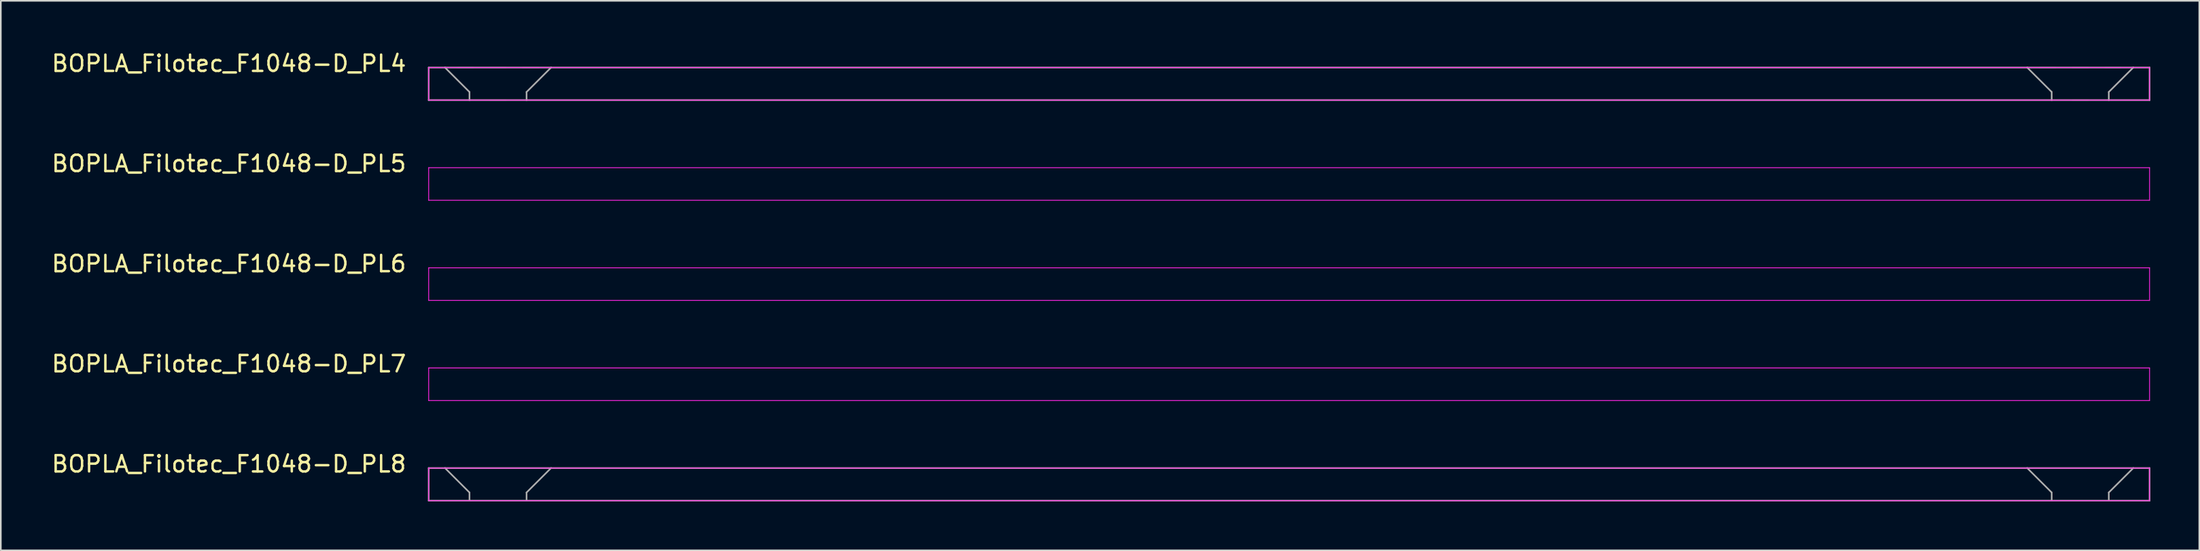
<source format=kicad_pcb>
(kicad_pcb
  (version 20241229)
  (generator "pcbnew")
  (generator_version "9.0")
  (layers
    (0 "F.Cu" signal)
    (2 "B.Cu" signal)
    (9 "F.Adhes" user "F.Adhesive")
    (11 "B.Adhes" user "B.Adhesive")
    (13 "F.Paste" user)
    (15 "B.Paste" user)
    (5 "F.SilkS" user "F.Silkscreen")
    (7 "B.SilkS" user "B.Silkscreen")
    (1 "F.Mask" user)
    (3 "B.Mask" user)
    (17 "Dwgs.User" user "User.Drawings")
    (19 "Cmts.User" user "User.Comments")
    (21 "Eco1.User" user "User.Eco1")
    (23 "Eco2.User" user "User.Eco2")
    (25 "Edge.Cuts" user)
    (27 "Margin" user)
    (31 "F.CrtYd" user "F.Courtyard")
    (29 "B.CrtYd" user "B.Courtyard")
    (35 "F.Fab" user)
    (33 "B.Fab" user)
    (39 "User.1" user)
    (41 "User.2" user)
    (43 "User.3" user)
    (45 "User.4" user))
  (footprint "BOPLA_Filotec_F1048-D_PL4"
    (layer "F.Cu")
    (at 75.982 2.098)
    (property "Reference" "BOPLA_Filotec_F1048-D_PL4" (at -65 -1.25 0) (layer "F.SilkS") (effects (font (size 1 1) (thickness 0.15))))
    (attr exclude_from_pos_files exclude_from_bom)
    (fp_line (start -52.75 -1) (end -52.75 1) (stroke (width 0.05) (type solid)) (layer "F.CrtYd"))
    (fp_line (start -52.75 1) (end 52.75 1) (stroke (width 0.05) (type solid)) (layer "F.CrtYd"))
    (fp_line (start 52.75 -1) (end -52.75 -1) (stroke (width 0.05) (type solid)) (layer "F.CrtYd"))
    (fp_line (start 52.75 1) (end 52.75 -1) (stroke (width 0.05) (type solid)) (layer "F.CrtYd"))
    (fp_line (start -52.75 -1) (end -51.75 -1) (stroke (width 0.1) (type solid)) (layer "F.Fab"))
    (fp_line (start -52.75 1) (end -52.75 -1) (stroke (width 0.1) (type solid)) (layer "F.Fab"))
    (fp_line (start -52.75 1) (end -50.25 1) (stroke (width 0.1) (type solid)) (layer "F.Fab"))
    (fp_line (start -51.75 -1) (end -45.25 -1) (stroke (width 0.1) (type solid)) (layer "F.Fab"))
    (fp_line (start -50.25 0.5) (end -51.75 -1) (stroke (width 0.1) (type solid)) (layer "F.Fab"))
    (fp_line (start -50.25 1) (end -50.25 0.5) (stroke (width 0.1) (type solid)) (layer "F.Fab"))
    (fp_line (start -50.25 1) (end -46.75 1) (stroke (width 0.1) (type solid)) (layer "F.Fab"))
    (fp_line (start -50 -1) (end -51 -1) (stroke (width 0.05) (type solid)) (layer "F.Fab"))
    (fp_line (start -49 -1) (end -48 -1) (stroke (width 0.05) (type solid)) (layer "F.Fab"))
    (fp_line (start -49 1) (end -48 1) (stroke (width 0.05) (type solid)) (layer "F.Fab"))
    (fp_line (start -47 -1) (end -46 -1) (stroke (width 0.05) (type solid)) (layer "F.Fab"))
    (fp_line (start -46.75 0.5) (end -45.25 -1) (stroke (width 0.1) (type solid)) (layer "F.Fab"))
    (fp_line (start -46.75 1) (end -46.75 0.5) (stroke (width 0.1) (type solid)) (layer "F.Fab"))
    (fp_line (start -46.75 1) (end 46.75 1) (stroke (width 0.1) (type solid)) (layer "F.Fab"))
    (fp_line (start -45.25 -1) (end 45.25 -1) (stroke (width 0.1) (type solid)) (layer "F.Fab"))
    (fp_line (start 45.25 -1) (end 51.75 -1) (stroke (width 0.1) (type solid)) (layer "F.Fab"))
    (fp_line (start 46.75 0.5) (end 45.25 -1) (stroke (width 0.1) (type solid)) (layer "F.Fab"))
    (fp_line (start 46.75 1) (end 46.75 0.5) (stroke (width 0.1) (type solid)) (layer "F.Fab"))
    (fp_line (start 46.75 1) (end 50.25 1) (stroke (width 0.1) (type solid)) (layer "F.Fab"))
    (fp_line (start 47 -1) (end 46 -1) (stroke (width 0.05) (type solid)) (layer "F.Fab"))
    (fp_line (start 48 -1) (end 49 -1) (stroke (width 0.05) (type solid)) (layer "F.Fab"))
    (fp_line (start 48 1) (end 49 1) (stroke (width 0.05) (type solid)) (layer "F.Fab"))
    (fp_line (start 50 -1) (end 51 -1) (stroke (width 0.05) (type solid)) (layer "F.Fab"))
    (fp_line (start 50.25 0.5) (end 51.75 -1) (stroke (width 0.1) (type solid)) (layer "F.Fab"))
    (fp_line (start 50.25 1) (end 50.25 0.5) (stroke (width 0.1) (type solid)) (layer "F.Fab"))
    (fp_line (start 50.25 1) (end 52.75 1) (stroke (width 0.1) (type solid)) (layer "F.Fab"))
    (fp_line (start 51.75 -1) (end 52.75 -1) (stroke (width 0.1) (type solid)) (layer "F.Fab"))
    (fp_line (start 52.75 -1) (end 52.75 1) (stroke (width 0.1) (type solid)) (layer "F.Fab")))
  (footprint "BOPLA_Filotec_F1048-D_PL5"
    (layer "F.Cu")
    (at 75.982 8.246)
    (property "Reference" "BOPLA_Filotec_F1048-D_PL5" (at -65 -1.25 0) (layer "F.SilkS") (effects (font (size 1 1) (thickness 0.15))))
    (attr exclude_from_pos_files exclude_from_bom)
    (fp_line (start -52.75 -1) (end -51.75 -1) (stroke (width 0.1) (type solid)) (layer "Eco1.User"))
    (fp_line (start -52.75 1) (end -52.75 -1) (stroke (width 0.1) (type solid)) (layer "Eco1.User"))
    (fp_line (start -52.75 1) (end -50.25 1) (stroke (width 0.1) (type solid)) (layer "Eco1.User"))
    (fp_line (start -51.75 -1) (end -45.25 -1) (stroke (width 0.1) (type solid)) (layer "Eco1.User"))
    (fp_line (start -50.25 0.5) (end -51.75 -1) (stroke (width 0.1) (type solid)) (layer "Eco1.User"))
    (fp_line (start -50.25 1) (end -50.25 0.5) (stroke (width 0.1) (type solid)) (layer "Eco1.User"))
    (fp_line (start -50.25 1) (end -46.75 1) (stroke (width 0.1) (type solid)) (layer "Eco1.User"))
    (fp_line (start -46.75 0.5) (end -45.25 -1) (stroke (width 0.1) (type solid)) (layer "Eco1.User"))
    (fp_line (start -46.75 1) (end -46.75 0.5) (stroke (width 0.1) (type solid)) (layer "Eco1.User"))
    (fp_line (start -46.75 1) (end 46.75 1) (stroke (width 0.1) (type solid)) (layer "Eco1.User"))
    (fp_line (start -45.25 -1) (end 45.25 -1) (stroke (width 0.1) (type solid)) (layer "Eco1.User"))
    (fp_line (start 45.25 -1) (end 51.75 -1) (stroke (width 0.1) (type solid)) (layer "Eco1.User"))
    (fp_line (start 46.75 0.5) (end 45.25 -1) (stroke (width 0.1) (type solid)) (layer "Eco1.User"))
    (fp_line (start 46.75 1) (end 46.75 0.5) (stroke (width 0.1) (type solid)) (layer "Eco1.User"))
    (fp_line (start 46.75 1) (end 50.25 1) (stroke (width 0.1) (type solid)) (layer "Eco1.User"))
    (fp_line (start 50.25 0.5) (end 51.75 -1) (stroke (width 0.1) (type solid)) (layer "Eco1.User"))
    (fp_line (start 50.25 1) (end 50.25 0.5) (stroke (width 0.1) (type solid)) (layer "Eco1.User"))
    (fp_line (start 50.25 1) (end 52.75 1) (stroke (width 0.1) (type solid)) (layer "Eco1.User"))
    (fp_line (start 51.75 -1) (end 52.75 -1) (stroke (width 0.1) (type solid)) (layer "Eco1.User"))
    (fp_line (start 52.75 -1) (end 52.75 1) (stroke (width 0.1) (type solid)) (layer "Eco1.User"))
    (fp_line (start -52.75 -1) (end -52.75 1) (stroke (width 0.05) (type solid)) (layer "F.CrtYd"))
    (fp_line (start -52.75 1) (end 52.75 1) (stroke (width 0.05) (type solid)) (layer "F.CrtYd"))
    (fp_line (start 52.75 -1) (end -52.75 -1) (stroke (width 0.05) (type solid)) (layer "F.CrtYd"))
    (fp_line (start 52.75 1) (end 52.75 -1) (stroke (width 0.05) (type solid)) (layer "F.CrtYd")))
  (footprint "BOPLA_Filotec_F1048-D_PL8"
    (layer "F.Cu")
    (at 75.982 26.691)
    (property "Reference" "BOPLA_Filotec_F1048-D_PL8" (at -65 -1.25 0) (layer "F.SilkS") (effects (font (size 1 1) (thickness 0.15))))
    (attr exclude_from_pos_files exclude_from_bom)
    (fp_line (start -52.75 -1) (end -52.75 1) (stroke (width 0.05) (type solid)) (layer "F.CrtYd"))
    (fp_line (start -52.75 1) (end 52.75 1) (stroke (width 0.05) (type solid)) (layer "F.CrtYd"))
    (fp_line (start 52.75 -1) (end -52.75 -1) (stroke (width 0.05) (type solid)) (layer "F.CrtYd"))
    (fp_line (start 52.75 1) (end 52.75 -1) (stroke (width 0.05) (type solid)) (layer "F.CrtYd"))
    (fp_line (start -52.75 -1) (end -51.75 -1) (stroke (width 0.1) (type solid)) (layer "F.Fab"))
    (fp_line (start -52.75 1) (end -52.75 -1) (stroke (width 0.1) (type solid)) (layer "F.Fab"))
    (fp_line (start -52.75 1) (end -50.25 1) (stroke (width 0.1) (type solid)) (layer "F.Fab"))
    (fp_line (start -51.75 -1) (end -45.25 -1) (stroke (width 0.1) (type solid)) (layer "F.Fab"))
    (fp_line (start -50.25 0.5) (end -51.75 -1) (stroke (width 0.1) (type solid)) (layer "F.Fab"))
    (fp_line (start -50.25 1) (end -50.25 0.5) (stroke (width 0.1) (type solid)) (layer "F.Fab"))
    (fp_line (start -50.25 1) (end -46.75 1) (stroke (width 0.1) (type solid)) (layer "F.Fab"))
    (fp_line (start -50 -1) (end -51 -1) (stroke (width 0.05) (type solid)) (layer "F.Fab"))
    (fp_line (start -49 -1) (end -48 -1) (stroke (width 0.05) (type solid)) (layer "F.Fab"))
    (fp_line (start -49 1) (end -48 1) (stroke (width 0.05) (type solid)) (layer "F.Fab"))
    (fp_line (start -47 -1) (end -46 -1) (stroke (width 0.05) (type solid)) (layer "F.Fab"))
    (fp_line (start -46.75 0.5) (end -45.25 -1) (stroke (width 0.1) (type solid)) (layer "F.Fab"))
    (fp_line (start -46.75 1) (end -46.75 0.5) (stroke (width 0.1) (type solid)) (layer "F.Fab"))
    (fp_line (start -46.75 1) (end 46.75 1) (stroke (width 0.1) (type solid)) (layer "F.Fab"))
    (fp_line (start -45.25 -1) (end 45.25 -1) (stroke (width 0.1) (type solid)) (layer "F.Fab"))
    (fp_line (start 45.25 -1) (end 51.75 -1) (stroke (width 0.1) (type solid)) (layer "F.Fab"))
    (fp_line (start 46.75 0.5) (end 45.25 -1) (stroke (width 0.1) (type solid)) (layer "F.Fab"))
    (fp_line (start 46.75 1) (end 46.75 0.5) (stroke (width 0.1) (type solid)) (layer "F.Fab"))
    (fp_line (start 46.75 1) (end 50.25 1) (stroke (width 0.1) (type solid)) (layer "F.Fab"))
    (fp_line (start 47 -1) (end 46 -1) (stroke (width 0.05) (type solid)) (layer "F.Fab"))
    (fp_line (start 48 -1) (end 49 -1) (stroke (width 0.05) (type solid)) (layer "F.Fab"))
    (fp_line (start 48 1) (end 49 1) (stroke (width 0.05) (type solid)) (layer "F.Fab"))
    (fp_line (start 50 -1) (end 51 -1) (stroke (width 0.05) (type solid)) (layer "F.Fab"))
    (fp_line (start 50.25 0.5) (end 51.75 -1) (stroke (width 0.1) (type solid)) (layer "F.Fab"))
    (fp_line (start 50.25 1) (end 50.25 0.5) (stroke (width 0.1) (type solid)) (layer "F.Fab"))
    (fp_line (start 50.25 1) (end 52.75 1) (stroke (width 0.1) (type solid)) (layer "F.Fab"))
    (fp_line (start 51.75 -1) (end 52.75 -1) (stroke (width 0.1) (type solid)) (layer "F.Fab"))
    (fp_line (start 52.75 -1) (end 52.75 1) (stroke (width 0.1) (type solid)) (layer "F.Fab")))
  (footprint "BOPLA_Filotec_F1048-D_PL7"
    (layer "F.Cu")
    (at 75.982 20.543)
    (property "Reference" "BOPLA_Filotec_F1048-D_PL7" (at -65 -1.25 0) (layer "F.SilkS") (effects (font (size 1 1) (thickness 0.15))))
    (attr exclude_from_pos_files exclude_from_bom)
    (fp_line (start -52.75 -1) (end -51.75 -1) (stroke (width 0.1) (type solid)) (layer "Eco1.User"))
    (fp_line (start -52.75 1) (end -52.75 -1) (stroke (width 0.1) (type solid)) (layer "Eco1.User"))
    (fp_line (start -52.75 1) (end -50.25 1) (stroke (width 0.1) (type solid)) (layer "Eco1.User"))
    (fp_line (start -51.75 -1) (end -45.25 -1) (stroke (width 0.1) (type solid)) (layer "Eco1.User"))
    (fp_line (start -50.25 0.5) (end -51.75 -1) (stroke (width 0.1) (type solid)) (layer "Eco1.User"))
    (fp_line (start -50.25 1) (end -50.25 0.5) (stroke (width 0.1) (type solid)) (layer "Eco1.User"))
    (fp_line (start -50.25 1) (end -46.75 1) (stroke (width 0.1) (type solid)) (layer "Eco1.User"))
    (fp_line (start -46.75 0.5) (end -45.25 -1) (stroke (width 0.1) (type solid)) (layer "Eco1.User"))
    (fp_line (start -46.75 1) (end -46.75 0.5) (stroke (width 0.1) (type solid)) (layer "Eco1.User"))
    (fp_line (start -46.75 1) (end 46.75 1) (stroke (width 0.1) (type solid)) (layer "Eco1.User"))
    (fp_line (start -45.25 -1) (end 45.25 -1) (stroke (width 0.1) (type solid)) (layer "Eco1.User"))
    (fp_line (start 45.25 -1) (end 51.75 -1) (stroke (width 0.1) (type solid)) (layer "Eco1.User"))
    (fp_line (start 46.75 0.5) (end 45.25 -1) (stroke (width 0.1) (type solid)) (layer "Eco1.User"))
    (fp_line (start 46.75 1) (end 46.75 0.5) (stroke (width 0.1) (type solid)) (layer "Eco1.User"))
    (fp_line (start 46.75 1) (end 50.25 1) (stroke (width 0.1) (type solid)) (layer "Eco1.User"))
    (fp_line (start 50.25 0.5) (end 51.75 -1) (stroke (width 0.1) (type solid)) (layer "Eco1.User"))
    (fp_line (start 50.25 1) (end 50.25 0.5) (stroke (width 0.1) (type solid)) (layer "Eco1.User"))
    (fp_line (start 50.25 1) (end 52.75 1) (stroke (width 0.1) (type solid)) (layer "Eco1.User"))
    (fp_line (start 51.75 -1) (end 52.75 -1) (stroke (width 0.1) (type solid)) (layer "Eco1.User"))
    (fp_line (start 52.75 -1) (end 52.75 1) (stroke (width 0.1) (type solid)) (layer "Eco1.User"))
    (fp_line (start -52.75 -1) (end -52.75 1) (stroke (width 0.05) (type solid)) (layer "F.CrtYd"))
    (fp_line (start -52.75 1) (end 52.75 1) (stroke (width 0.05) (type solid)) (layer "F.CrtYd"))
    (fp_line (start 52.75 -1) (end -52.75 -1) (stroke (width 0.05) (type solid)) (layer "F.CrtYd"))
    (fp_line (start 52.75 1) (end 52.75 -1) (stroke (width 0.05) (type solid)) (layer "F.CrtYd")))
  (footprint "BOPLA_Filotec_F1048-D_PL6"
    (layer "F.Cu")
    (at 75.982 14.395)
    (property "Reference" "BOPLA_Filotec_F1048-D_PL6" (at -65 -1.25 0) (layer "F.SilkS") (effects (font (size 1 1) (thickness 0.15))))
    (attr exclude_from_pos_files exclude_from_bom)
    (fp_line (start -52.75 -1) (end -51.75 -1) (stroke (width 0.1) (type solid)) (layer "Eco1.User"))
    (fp_line (start -52.75 1) (end -52.75 -1) (stroke (width 0.1) (type solid)) (layer "Eco1.User"))
    (fp_line (start -52.75 1) (end -50.25 1) (stroke (width 0.1) (type solid)) (layer "Eco1.User"))
    (fp_line (start -51.75 -1) (end -45.25 -1) (stroke (width 0.1) (type solid)) (layer "Eco1.User"))
    (fp_line (start -50.25 0.5) (end -51.75 -1) (stroke (width 0.1) (type solid)) (layer "Eco1.User"))
    (fp_line (start -50.25 1) (end -50.25 0.5) (stroke (width 0.1) (type solid)) (layer "Eco1.User"))
    (fp_line (start -50.25 1) (end -46.75 1) (stroke (width 0.1) (type solid)) (layer "Eco1.User"))
    (fp_line (start -46.75 0.5) (end -45.25 -1) (stroke (width 0.1) (type solid)) (layer "Eco1.User"))
    (fp_line (start -46.75 1) (end -46.75 0.5) (stroke (width 0.1) (type solid)) (layer "Eco1.User"))
    (fp_line (start -46.75 1) (end 46.75 1) (stroke (width 0.1) (type solid)) (layer "Eco1.User"))
    (fp_line (start -45.25 -1) (end 45.25 -1) (stroke (width 0.1) (type solid)) (layer "Eco1.User"))
    (fp_line (start 45.25 -1) (end 51.75 -1) (stroke (width 0.1) (type solid)) (layer "Eco1.User"))
    (fp_line (start 46.75 0.5) (end 45.25 -1) (stroke (width 0.1) (type solid)) (layer "Eco1.User"))
    (fp_line (start 46.75 1) (end 46.75 0.5) (stroke (width 0.1) (type solid)) (layer "Eco1.User"))
    (fp_line (start 46.75 1) (end 50.25 1) (stroke (width 0.1) (type solid)) (layer "Eco1.User"))
    (fp_line (start 50.25 0.5) (end 51.75 -1) (stroke (width 0.1) (type solid)) (layer "Eco1.User"))
    (fp_line (start 50.25 1) (end 50.25 0.5) (stroke (width 0.1) (type solid)) (layer "Eco1.User"))
    (fp_line (start 50.25 1) (end 52.75 1) (stroke (width 0.1) (type solid)) (layer "Eco1.User"))
    (fp_line (start 51.75 -1) (end 52.75 -1) (stroke (width 0.1) (type solid)) (layer "Eco1.User"))
    (fp_line (start 52.75 -1) (end 52.75 1) (stroke (width 0.1) (type solid)) (layer "Eco1.User"))
    (fp_line (start -52.75 -1) (end -52.75 1) (stroke (width 0.05) (type solid)) (layer "F.CrtYd"))
    (fp_line (start -52.75 1) (end 52.75 1) (stroke (width 0.05) (type solid)) (layer "F.CrtYd"))
    (fp_line (start 52.75 -1) (end -52.75 -1) (stroke (width 0.05) (type solid)) (layer "F.CrtYd"))
    (fp_line (start 52.75 1) (end 52.75 -1) (stroke (width 0.05) (type solid)) (layer "F.CrtYd")))
  (gr_rect
    (start -3 -3)
    (end 131.782 30.741)
    (stroke (width 0.1) (type default))
    (fill no)
    (layer "Edge.Cuts")))
</source>
